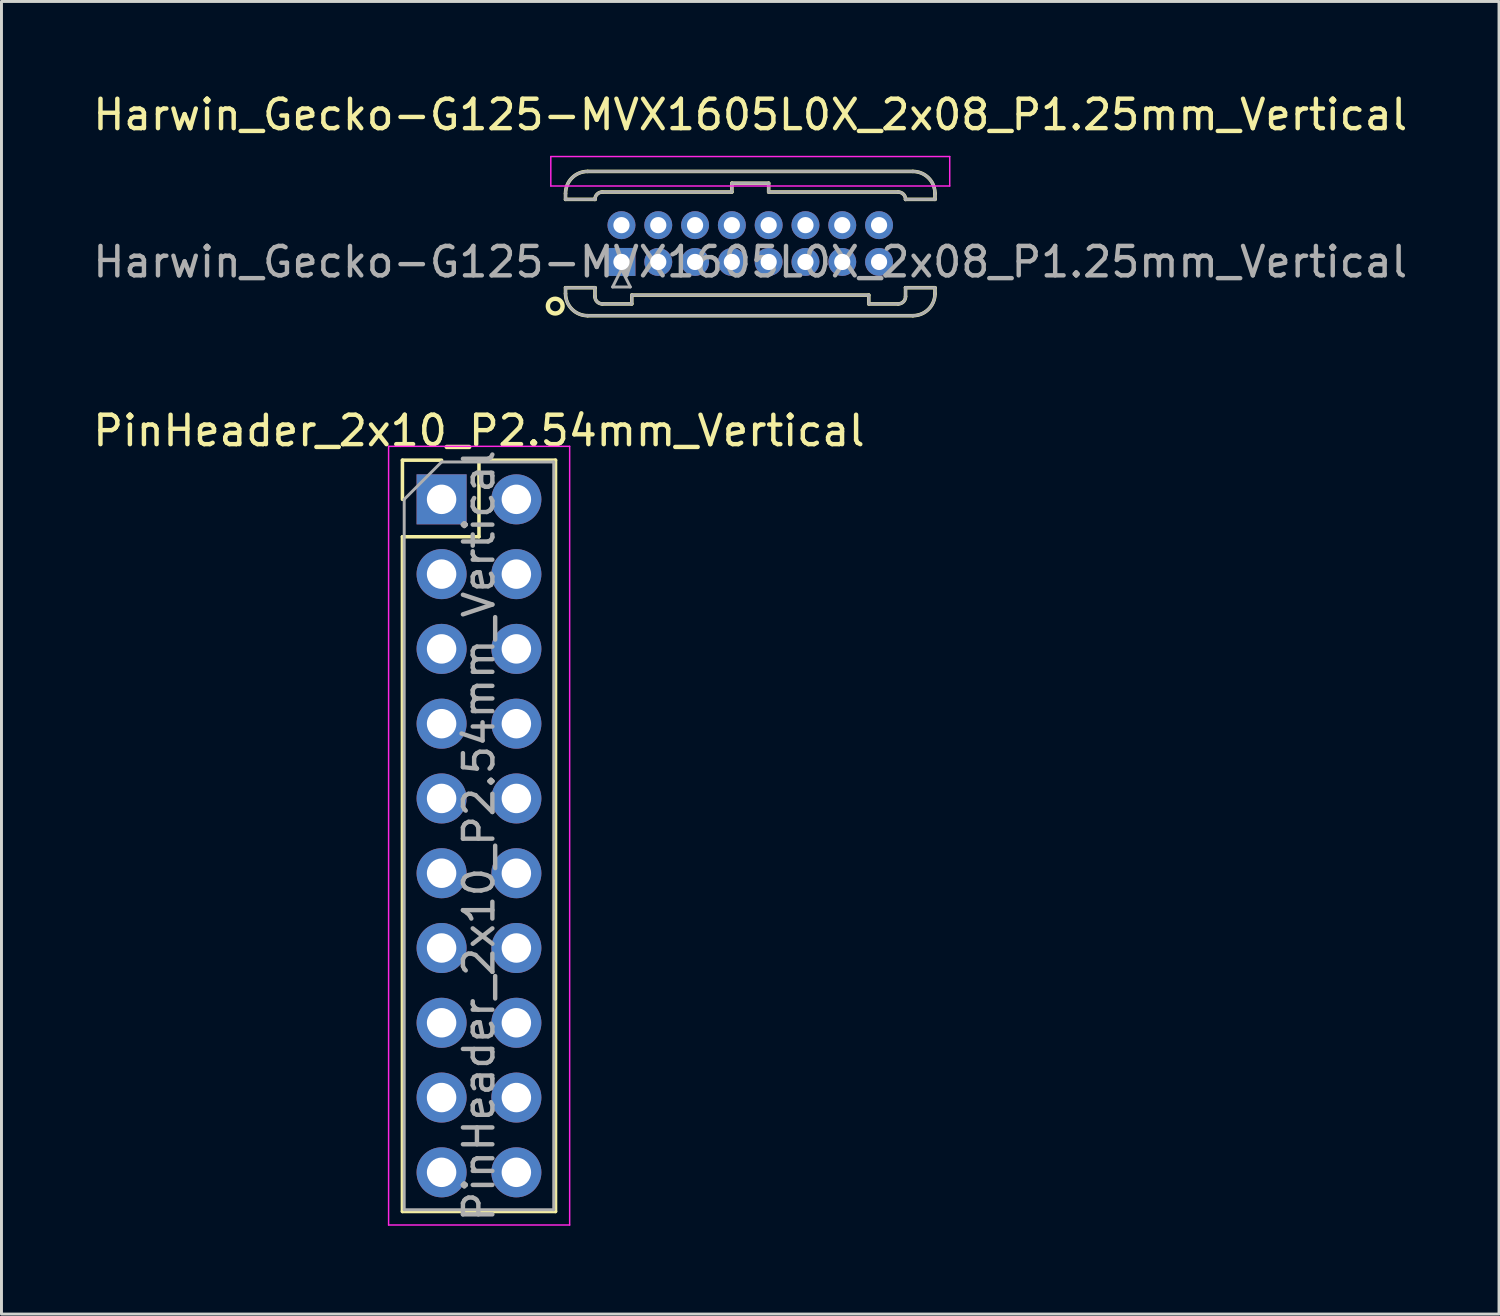
<source format=kicad_pcb>
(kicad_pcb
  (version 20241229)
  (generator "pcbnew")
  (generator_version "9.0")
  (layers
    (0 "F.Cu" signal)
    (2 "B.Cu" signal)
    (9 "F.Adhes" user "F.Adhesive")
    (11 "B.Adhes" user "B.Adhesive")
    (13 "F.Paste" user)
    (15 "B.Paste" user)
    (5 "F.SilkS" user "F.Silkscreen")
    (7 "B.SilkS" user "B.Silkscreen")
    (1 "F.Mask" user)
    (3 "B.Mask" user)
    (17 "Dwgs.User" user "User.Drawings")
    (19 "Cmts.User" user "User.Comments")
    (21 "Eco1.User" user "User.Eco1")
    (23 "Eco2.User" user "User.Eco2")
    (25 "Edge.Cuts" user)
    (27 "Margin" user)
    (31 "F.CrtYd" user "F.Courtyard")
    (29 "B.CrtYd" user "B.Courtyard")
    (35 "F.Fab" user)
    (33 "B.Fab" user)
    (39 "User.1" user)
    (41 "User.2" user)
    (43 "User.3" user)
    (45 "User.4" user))
  (footprint "Harwin_Gecko-G125-MVX1605L0X_2x08_P1.25mm_Vertical"
    (layer "F.Cu")
    (at 18.06 5.848)
    (property "Reference" "Harwin_Gecko-G125-MVX1605L0X_2x08_P1.25mm_Vertical" (at 4.375 -5 0) (layer "F.SilkS") (effects (font (size 1 1) (thickness 0.15))))
    (attr through_hole)
    (fp_line (start -1.9 -2.325) (end -1.9 -2.125) (stroke (width 0.12) (type solid)) (layer "F.SilkS"))
    (fp_line (start -1.9 -2.125) (end -0.9 -2.125) (stroke (width 0.12) (type solid)) (layer "F.SilkS"))
    (fp_line (start -1.9 0.875) (end -0.9 0.875) (stroke (width 0.12) (type solid)) (layer "F.SilkS"))
    (fp_line (start -1.9 1.075) (end -1.9 0.875) (stroke (width 0.12) (type solid)) (layer "F.SilkS"))
    (fp_line (start -1.15 -3.075) (end 9.9 -3.075) (stroke (width 0.12) (type solid)) (layer "F.SilkS"))
    (fp_line (start -1.15 1.825) (end 9.9 1.825) (stroke (width 0.12) (type solid)) (layer "F.SilkS"))
    (fp_line (start -0.9 -2.125) (end -0.9 -2.125) (stroke (width 0.12) (type solid)) (layer "F.SilkS"))
    (fp_line (start -0.9 0.875) (end -0.9 0.875) (stroke (width 0.12) (type solid)) (layer "F.SilkS"))
    (fp_line (start -0.9 1.175) (end -0.9 0.875) (stroke (width 0.12) (type solid)) (layer "F.SilkS"))
    (fp_line (start -0.65 -2.375) (end 3.75 -2.375) (stroke (width 0.12) (type solid)) (layer "F.SilkS"))
    (fp_line (start -0.65 1.425) (end 0.35 1.425) (stroke (width 0.12) (type solid)) (layer "F.SilkS"))
    (fp_line (start 0.35 1.125) (end 8.4 1.125) (stroke (width 0.12) (type solid)) (layer "F.SilkS"))
    (fp_line (start 0.35 1.425) (end 0.35 1.125) (stroke (width 0.12) (type solid)) (layer "F.SilkS"))
    (fp_line (start 3.75 -2.675) (end 5 -2.675) (stroke (width 0.12) (type solid)) (layer "F.SilkS"))
    (fp_line (start 3.75 -2.375) (end 3.75 -2.675) (stroke (width 0.12) (type solid)) (layer "F.SilkS"))
    (fp_line (start 5 -2.675) (end 5 -2.375) (stroke (width 0.12) (type solid)) (layer "F.SilkS"))
    (fp_line (start 5 -2.375) (end 9.4 -2.375) (stroke (width 0.12) (type solid)) (layer "F.SilkS"))
    (fp_line (start 8.4 1.125) (end 8.4 1.425) (stroke (width 0.12) (type solid)) (layer "F.SilkS"))
    (fp_line (start 8.4 1.425) (end 9.4 1.425) (stroke (width 0.12) (type solid)) (layer "F.SilkS"))
    (fp_line (start 9.65 -2.125) (end 9.65 -2.125) (stroke (width 0.12) (type solid)) (layer "F.SilkS"))
    (fp_line (start 9.65 0.875) (end 9.65 0.875) (stroke (width 0.12) (type solid)) (layer "F.SilkS"))
    (fp_line (start 9.65 1.175) (end 9.65 0.875) (stroke (width 0.12) (type solid)) (layer "F.SilkS"))
    (fp_line (start 10.65 -2.325) (end 10.65 -2.125) (stroke (width 0.12) (type solid)) (layer "F.SilkS"))
    (fp_line (start 10.65 -2.125) (end 9.65 -2.125) (stroke (width 0.12) (type solid)) (layer "F.SilkS"))
    (fp_line (start 10.65 0.875) (end 9.65 0.875) (stroke (width 0.12) (type solid)) (layer "F.SilkS"))
    (fp_line (start 10.65 1.075) (end 10.65 0.875) (stroke (width 0.12) (type solid)) (layer "F.SilkS"))
    (fp_arc (start -1.9 -2.325) (mid -1.68033 -2.85533) (end -1.15 -3.075) (stroke (width 0.12) (type solid)) (layer "F.SilkS"))
    (fp_arc (start -1.15 1.825) (mid -1.68033 1.60533) (end -1.9 1.075) (stroke (width 0.12) (type solid)) (layer "F.SilkS"))
    (fp_arc (start -0.9 -2.125) (mid -0.826777 -2.301777) (end -0.65 -2.375) (stroke (width 0.12) (type solid)) (layer "F.SilkS"))
    (fp_arc (start -0.65 1.425) (mid -0.826777 1.351777) (end -0.9 1.175) (stroke (width 0.12) (type solid)) (layer "F.SilkS"))
    (fp_arc (start 9.4 -2.375) (mid 9.576777 -2.301777) (end 9.65 -2.125) (stroke (width 0.12) (type solid)) (layer "F.SilkS"))
    (fp_arc (start 9.65 1.175) (mid 9.576777 1.351777) (end 9.4 1.425) (stroke (width 0.12) (type solid)) (layer "F.SilkS"))
    (fp_arc (start 9.9 -3.075) (mid 10.43033 -2.85533) (end 10.65 -2.325) (stroke (width 0.12) (type solid)) (layer "F.SilkS"))
    (fp_arc (start 10.65 1.075) (mid 10.43033 1.60533) (end 9.9 1.825) (stroke (width 0.12) (type solid)) (layer "F.SilkS"))
    (fp_circle (center -2.25 1.5) (end -2 1.5) (stroke (width 0.15) (type solid)) (fill no) (layer "F.SilkS"))
    (fp_line (start -2.4 -3.58) (end -2.4 -2.58) (stroke (width 0.05) (type solid)) (layer "F.CrtYd"))
    (fp_line (start -2.4 -2.58) (end 11.15 -2.58) (stroke (width 0.05) (type solid)) (layer "F.CrtYd"))
    (fp_line (start 11.15 -3.58) (end -2.4 -3.58) (stroke (width 0.05) (type solid)) (layer "F.CrtYd"))
    (fp_line (start 11.15 -2.58) (end 11.15 -3.58) (stroke (width 0.05) (type solid)) (layer "F.CrtYd"))
    (fp_line (start -1.9 -2.325) (end -1.9 -2.125) (stroke (width 0.1) (type solid)) (layer "F.Fab"))
    (fp_line (start -1.9 -2.125) (end -0.9 -2.125) (stroke (width 0.1) (type solid)) (layer "F.Fab"))
    (fp_line (start -1.9 0.875) (end -0.9 0.875) (stroke (width 0.1) (type solid)) (layer "F.Fab"))
    (fp_line (start -1.9 1.075) (end -1.9 0.875) (stroke (width 0.1) (type solid)) (layer "F.Fab"))
    (fp_line (start -1.15 -3.075) (end 9.9 -3.075) (stroke (width 0.1) (type solid)) (layer "F.Fab"))
    (fp_line (start -1.15 1.825) (end 9.9 1.825) (stroke (width 0.1) (type solid)) (layer "F.Fab"))
    (fp_line (start -0.9 -2.125) (end -0.9 -2.125) (stroke (width 0.1) (type solid)) (layer "F.Fab"))
    (fp_line (start -0.9 0.875) (end -0.9 0.875) (stroke (width 0.1) (type solid)) (layer "F.Fab"))
    (fp_line (start -0.9 1.175) (end -0.9 0.875) (stroke (width 0.1) (type solid)) (layer "F.Fab"))
    (fp_line (start -0.65 -2.375) (end 3.75 -2.375) (stroke (width 0.1) (type solid)) (layer "F.Fab"))
    (fp_line (start -0.65 1.425) (end 0.35 1.425) (stroke (width 0.1) (type solid)) (layer "F.Fab"))
    (fp_line (start -0.3 0.85) (end 0.3 0.85) (stroke (width 0.1) (type solid)) (layer "F.Fab"))
    (fp_line (start 0 0.25) (end -0.3 0.85) (stroke (width 0.1) (type solid)) (layer "F.Fab"))
    (fp_line (start 0.3 0.85) (end 0 0.25) (stroke (width 0.1) (type solid)) (layer "F.Fab"))
    (fp_line (start 0.35 1.125) (end 8.4 1.125) (stroke (width 0.1) (type solid)) (layer "F.Fab"))
    (fp_line (start 0.35 1.425) (end 0.35 1.125) (stroke (width 0.1) (type solid)) (layer "F.Fab"))
    (fp_line (start 3.75 -2.675) (end 5 -2.675) (stroke (width 0.1) (type solid)) (layer "F.Fab"))
    (fp_line (start 3.75 -2.375) (end 3.75 -2.675) (stroke (width 0.1) (type solid)) (layer "F.Fab"))
    (fp_line (start 5 -2.675) (end 5 -2.375) (stroke (width 0.1) (type solid)) (layer "F.Fab"))
    (fp_line (start 5 -2.375) (end 9.4 -2.375) (stroke (width 0.1) (type solid)) (layer "F.Fab"))
    (fp_line (start 8.4 1.125) (end 8.4 1.425) (stroke (width 0.1) (type solid)) (layer "F.Fab"))
    (fp_line (start 8.4 1.425) (end 9.4 1.425) (stroke (width 0.1) (type solid)) (layer "F.Fab"))
    (fp_line (start 9.65 -2.125) (end 9.65 -2.125) (stroke (width 0.1) (type solid)) (layer "F.Fab"))
    (fp_line (start 9.65 0.875) (end 9.65 0.875) (stroke (width 0.1) (type solid)) (layer "F.Fab"))
    (fp_line (start 9.65 1.175) (end 9.65 0.875) (stroke (width 0.1) (type solid)) (layer "F.Fab"))
    (fp_line (start 10.65 -2.325) (end 10.65 -2.125) (stroke (width 0.1) (type solid)) (layer "F.Fab"))
    (fp_line (start 10.65 -2.125) (end 9.65 -2.125) (stroke (width 0.1) (type solid)) (layer "F.Fab"))
    (fp_line (start 10.65 0.875) (end 9.65 0.875) (stroke (width 0.1) (type solid)) (layer "F.Fab"))
    (fp_line (start 10.65 1.075) (end 10.65 0.875) (stroke (width 0.1) (type solid)) (layer "F.Fab"))
    (fp_arc (start -1.9 -2.325) (mid -1.68033 -2.85533) (end -1.15 -3.075) (stroke (width 0.1) (type solid)) (layer "F.Fab"))
    (fp_arc (start -1.15 1.825) (mid -1.68033 1.60533) (end -1.9 1.075) (stroke (width 0.1) (type solid)) (layer "F.Fab"))
    (fp_arc (start -0.9 -2.125) (mid -0.826777 -2.301777) (end -0.65 -2.375) (stroke (width 0.1) (type solid)) (layer "F.Fab"))
    (fp_arc (start -0.65 1.425) (mid -0.826777 1.351777) (end -0.9 1.175) (stroke (width 0.1) (type solid)) (layer "F.Fab"))
    (fp_arc (start 9.4 -2.375) (mid 9.576777 -2.301777) (end 9.65 -2.125) (stroke (width 0.1) (type solid)) (layer "F.Fab"))
    (fp_arc (start 9.65 1.175) (mid 9.576777 1.351777) (end 9.4 1.425) (stroke (width 0.1) (type solid)) (layer "F.Fab"))
    (fp_arc (start 9.9 -3.075) (mid 10.43033 -2.85533) (end 10.65 -2.325) (stroke (width 0.1) (type solid)) (layer "F.Fab"))
    (fp_arc (start 10.65 1.075) (mid 10.43033 1.60533) (end 9.9 1.825) (stroke (width 0.1) (type solid)) (layer "F.Fab"))
    (fp_text user "${REFERENCE}" (at 4.375 0 0) (layer "F.Fab") (effects (font (size 1 1) (thickness 0.15))))
    (pad "1" thru_hole rect (at 0 0) (size 0.95 0.95) (drill 0.55) (layers "*.Cu" "*.Mask"))
    (pad "2" thru_hole circle (at 1.25 0) (size 0.95 0.95) (drill 0.55) (layers "*.Cu" "*.Mask"))
    (pad "3" thru_hole circle (at 2.5 0) (size 0.95 0.95) (drill 0.55) (layers "*.Cu" "*.Mask"))
    (pad "4" thru_hole circle (at 3.75 0) (size 0.95 0.95) (drill 0.55) (layers "*.Cu" "*.Mask"))
    (pad "5" thru_hole circle (at 5 0) (size 0.95 0.95) (drill 0.55) (layers "*.Cu" "*.Mask"))
    (pad "6" thru_hole circle (at 6.25 0) (size 0.95 0.95) (drill 0.55) (layers "*.Cu" "*.Mask"))
    (pad "7" thru_hole circle (at 7.5 0) (size 0.95 0.95) (drill 0.55) (layers "*.Cu" "*.Mask"))
    (pad "8" thru_hole circle (at 8.75 0) (size 0.95 0.95) (drill 0.55) (layers "*.Cu" "*.Mask"))
    (pad "9" thru_hole circle (at 0 -1.25) (size 0.95 0.95) (drill 0.55) (layers "*.Cu" "*.Mask"))
    (pad "10" thru_hole circle (at 1.25 -1.25) (size 0.95 0.95) (drill 0.55) (layers "*.Cu" "*.Mask"))
    (pad "11" thru_hole circle (at 2.5 -1.25) (size 0.95 0.95) (drill 0.55) (layers "*.Cu" "*.Mask"))
    (pad "12" thru_hole circle (at 3.75 -1.25) (size 0.95 0.95) (drill 0.55) (layers "*.Cu" "*.Mask"))
    (pad "13" thru_hole circle (at 5 -1.25) (size 0.95 0.95) (drill 0.55) (layers "*.Cu" "*.Mask"))
    (pad "14" thru_hole circle (at 6.25 -1.25) (size 0.95 0.95) (drill 0.55) (layers "*.Cu" "*.Mask"))
    (pad "15" thru_hole circle (at 7.5 -1.25) (size 0.95 0.95) (drill 0.55) (layers "*.Cu" "*.Mask"))
    (pad "16" thru_hole circle (at 8.75 -1.25) (size 0.95 0.95) (drill 0.55) (layers "*.Cu" "*.Mask")))
  (footprint "PinHeader_2x10_P2.54mm_Vertical"
    (layer "F.Cu")
    (at 11.95 13.912)
    (property "Reference" "PinHeader_2x10_P2.54mm_Vertical" (at 1.27 -2.33 0) (layer "F.SilkS") (effects (font (size 1 1) (thickness 0.15))))
    (attr through_hole)
    (fp_line (start -1.33 -1.33) (end 0 -1.33) (stroke (width 0.12) (type solid)) (layer "F.SilkS"))
    (fp_line (start -1.33 0) (end -1.33 -1.33) (stroke (width 0.12) (type solid)) (layer "F.SilkS"))
    (fp_line (start -1.33 1.27) (end -1.33 24.19) (stroke (width 0.12) (type solid)) (layer "F.SilkS"))
    (fp_line (start -1.33 1.27) (end 1.27 1.27) (stroke (width 0.12) (type solid)) (layer "F.SilkS"))
    (fp_line (start -1.33 24.19) (end 3.87 24.19) (stroke (width 0.12) (type solid)) (layer "F.SilkS"))
    (fp_line (start 1.27 -1.33) (end 3.87 -1.33) (stroke (width 0.12) (type solid)) (layer "F.SilkS"))
    (fp_line (start 1.27 1.27) (end 1.27 -1.33) (stroke (width 0.12) (type solid)) (layer "F.SilkS"))
    (fp_line (start 3.87 -1.33) (end 3.87 24.19) (stroke (width 0.12) (type solid)) (layer "F.SilkS"))
    (fp_line (start -1.8 -1.8) (end -1.8 24.65) (stroke (width 0.05) (type solid)) (layer "F.CrtYd"))
    (fp_line (start -1.8 24.65) (end 4.35 24.65) (stroke (width 0.05) (type solid)) (layer "F.CrtYd"))
    (fp_line (start 4.35 -1.8) (end -1.8 -1.8) (stroke (width 0.05) (type solid)) (layer "F.CrtYd"))
    (fp_line (start 4.35 24.65) (end 4.35 -1.8) (stroke (width 0.05) (type solid)) (layer "F.CrtYd"))
    (fp_line (start -1.27 0) (end 0 -1.27) (stroke (width 0.1) (type solid)) (layer "F.Fab"))
    (fp_line (start -1.27 24.13) (end -1.27 0) (stroke (width 0.1) (type solid)) (layer "F.Fab"))
    (fp_line (start 0 -1.27) (end 3.81 -1.27) (stroke (width 0.1) (type solid)) (layer "F.Fab"))
    (fp_line (start 3.81 -1.27) (end 3.81 24.13) (stroke (width 0.1) (type solid)) (layer "F.Fab"))
    (fp_line (start 3.81 24.13) (end -1.27 24.13) (stroke (width 0.1) (type solid)) (layer "F.Fab"))
    (fp_text user "${REFERENCE}" (at 1.27 11.43 90) (layer "F.Fab") (effects (font (size 1 1) (thickness 0.15))))
    (pad "1" thru_hole rect (at 0 0) (size 1.7 1.7) (drill 1) (layers "*.Cu" "*.Mask"))
    (pad "2" thru_hole oval (at 2.54 0) (size 1.7 1.7) (drill 1) (layers "*.Cu" "*.Mask"))
    (pad "3" thru_hole oval (at 0 2.54) (size 1.7 1.7) (drill 1) (layers "*.Cu" "*.Mask"))
    (pad "4" thru_hole oval (at 2.54 2.54) (size 1.7 1.7) (drill 1) (layers "*.Cu" "*.Mask"))
    (pad "5" thru_hole oval (at 0 5.08) (size 1.7 1.7) (drill 1) (layers "*.Cu" "*.Mask"))
    (pad "6" thru_hole oval (at 2.54 5.08) (size 1.7 1.7) (drill 1) (layers "*.Cu" "*.Mask"))
    (pad "7" thru_hole oval (at 0 7.62) (size 1.7 1.7) (drill 1) (layers "*.Cu" "*.Mask"))
    (pad "8" thru_hole oval (at 2.54 7.62) (size 1.7 1.7) (drill 1) (layers "*.Cu" "*.Mask"))
    (pad "9" thru_hole oval (at 0 10.16) (size 1.7 1.7) (drill 1) (layers "*.Cu" "*.Mask"))
    (pad "10" thru_hole oval (at 2.54 10.16) (size 1.7 1.7) (drill 1) (layers "*.Cu" "*.Mask"))
    (pad "11" thru_hole oval (at 0 12.7) (size 1.7 1.7) (drill 1) (layers "*.Cu" "*.Mask"))
    (pad "12" thru_hole oval (at 2.54 12.7) (size 1.7 1.7) (drill 1) (layers "*.Cu" "*.Mask"))
    (pad "13" thru_hole oval (at 0 15.24) (size 1.7 1.7) (drill 1) (layers "*.Cu" "*.Mask"))
    (pad "14" thru_hole oval (at 2.54 15.24) (size 1.7 1.7) (drill 1) (layers "*.Cu" "*.Mask"))
    (pad "15" thru_hole oval (at 0 17.78) (size 1.7 1.7) (drill 1) (layers "*.Cu" "*.Mask"))
    (pad "16" thru_hole oval (at 2.54 17.78) (size 1.7 1.7) (drill 1) (layers "*.Cu" "*.Mask"))
    (pad "17" thru_hole oval (at 0 20.32) (size 1.7 1.7) (drill 1) (layers "*.Cu" "*.Mask"))
    (pad "18" thru_hole oval (at 2.54 20.32) (size 1.7 1.7) (drill 1) (layers "*.Cu" "*.Mask"))
    (pad "19" thru_hole oval (at 0 22.86) (size 1.7 1.7) (drill 1) (layers "*.Cu" "*.Mask"))
    (pad "20" thru_hole oval (at 2.54 22.86) (size 1.7 1.7) (drill 1) (layers "*.Cu" "*.Mask")))
  (gr_rect
    (start -3 -3)
    (end 47.869 41.587)
    (stroke (width 0.1) (type default))
    (fill no)
    (layer "Edge.Cuts")))
</source>
